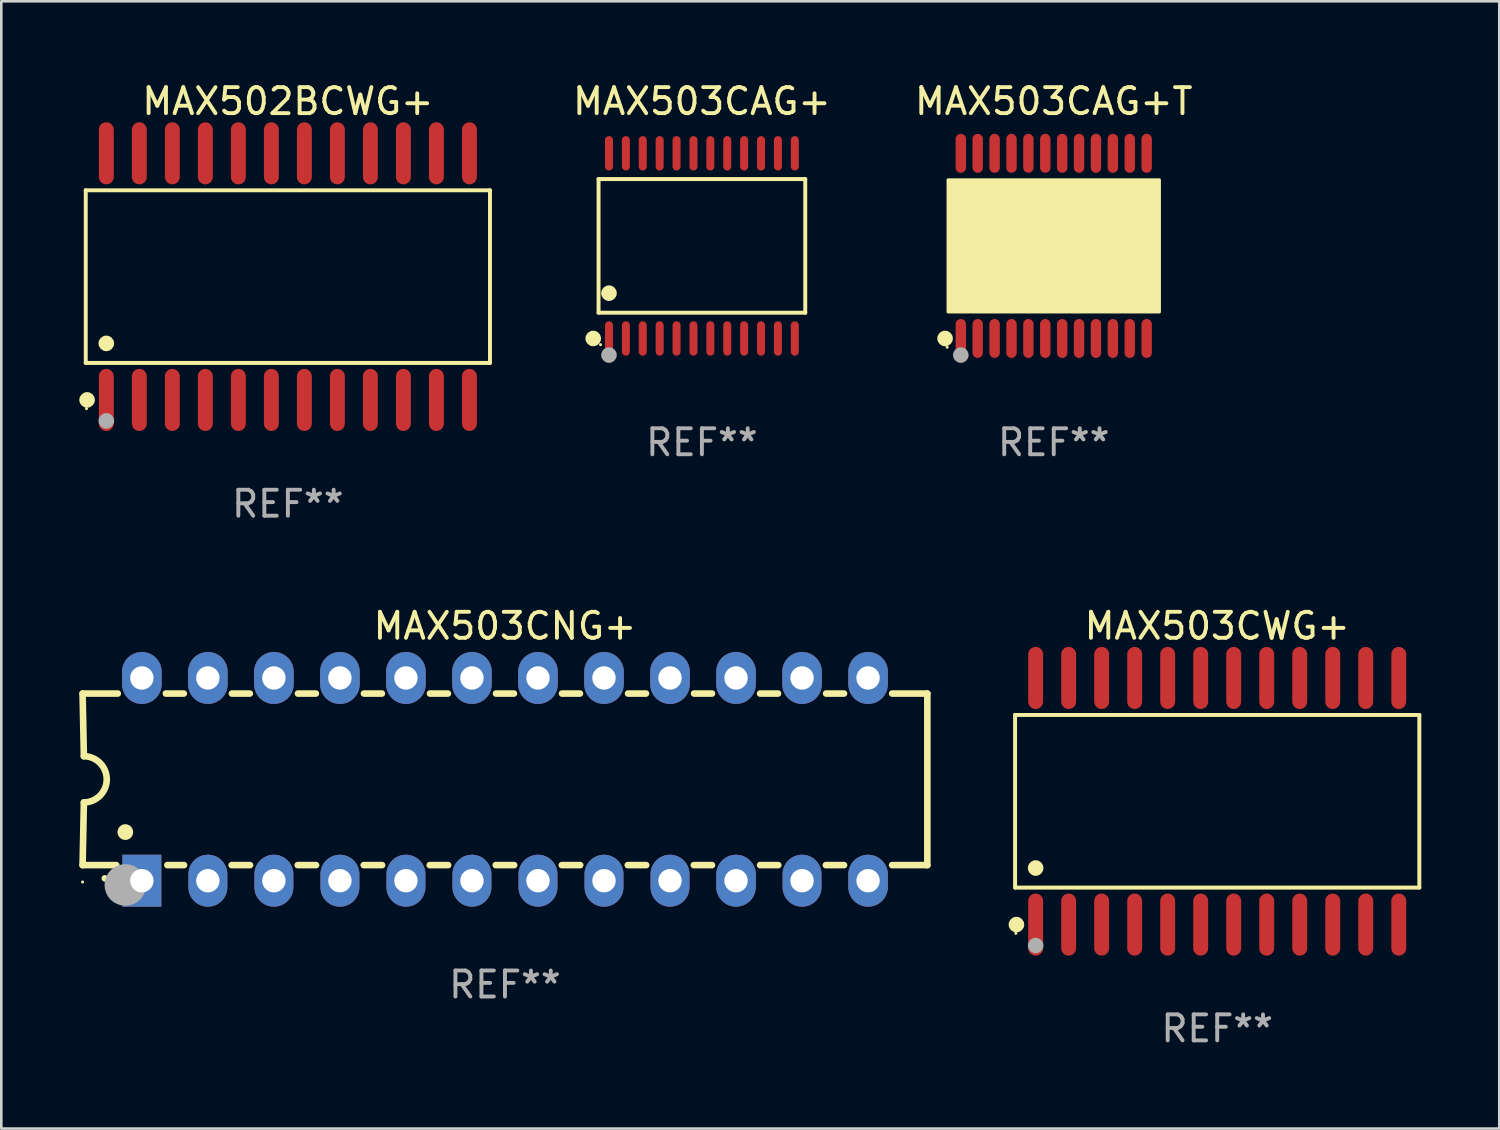
<source format=kicad_pcb>
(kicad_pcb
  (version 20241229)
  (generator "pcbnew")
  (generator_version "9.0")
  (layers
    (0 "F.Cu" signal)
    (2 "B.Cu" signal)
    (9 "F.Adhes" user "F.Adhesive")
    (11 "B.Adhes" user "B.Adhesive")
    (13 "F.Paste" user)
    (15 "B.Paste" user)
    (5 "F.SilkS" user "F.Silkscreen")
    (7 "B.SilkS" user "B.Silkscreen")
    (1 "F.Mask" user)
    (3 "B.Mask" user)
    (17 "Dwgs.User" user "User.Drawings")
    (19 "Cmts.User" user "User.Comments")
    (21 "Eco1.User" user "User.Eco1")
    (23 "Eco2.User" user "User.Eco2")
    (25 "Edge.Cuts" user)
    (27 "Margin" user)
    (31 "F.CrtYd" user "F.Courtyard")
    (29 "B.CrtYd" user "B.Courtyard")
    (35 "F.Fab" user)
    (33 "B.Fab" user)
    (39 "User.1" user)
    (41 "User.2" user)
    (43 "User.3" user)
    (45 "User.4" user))
  (footprint "MAX503CWG+"
    (layer "F.Cu")
    (at 43.779 27.777)
    (property "Reference" "MAX503CWG+" (at 0 -6.744 0) (layer "F.SilkS") (effects (font (size 1 1) (thickness 0.15))))
    (attr through_hole)
    (fp_line (start -7.776 -3.321) (end 7.776 -3.321) (stroke (width 0.152) (type solid)) (layer "F.SilkS"))
    (fp_line (start -7.776 3.321) (end -7.776 -3.321) (stroke (width 0.152) (type solid)) (layer "F.SilkS"))
    (fp_line (start 7.776 -3.321) (end 7.776 3.321) (stroke (width 0.152) (type solid)) (layer "F.SilkS"))
    (fp_line (start 7.776 3.321) (end -7.776 3.321) (stroke (width 0.152) (type solid)) (layer "F.SilkS"))
    (fp_circle (center -7.747 5.08) (end -7.717 5.08) (stroke (width 0.06) (type solid)) (fill no) (layer "F.SilkS"))
    (fp_circle (center -7.724 4.744) (end -7.574 4.744) (stroke (width 0.3) (type solid)) (fill no) (layer "F.SilkS"))
    (fp_circle (center -6.985 2.569) (end -6.835 2.569) (stroke (width 0.3) (type solid)) (fill no) (layer "F.SilkS"))
    (fp_circle (center -6.985 5.55) (end -6.835 5.55) (stroke (width 0.3) (type solid)) (fill no) (layer "F.Fab"))
    (fp_text user "REF**" (at 0 8.744 0) (layer "F.Fab") (effects (font (size 1 1) (thickness 0.15))))
    (pad "1" smd oval (at -6.985 4.744) (size 0.574 2.388) (layers "F.Cu" "F.Mask" "F.Paste"))
    (pad "2" smd oval (at -5.715 4.744) (size 0.574 2.388) (layers "F.Cu" "F.Mask" "F.Paste"))
    (pad "3" smd oval (at -4.445 4.744) (size 0.574 2.388) (layers "F.Cu" "F.Mask" "F.Paste"))
    (pad "4" smd oval (at -3.175 4.744) (size 0.574 2.388) (layers "F.Cu" "F.Mask" "F.Paste"))
    (pad "5" smd oval (at -1.905 4.744) (size 0.574 2.388) (layers "F.Cu" "F.Mask" "F.Paste"))
    (pad "6" smd oval (at -0.635 4.744) (size 0.574 2.388) (layers "F.Cu" "F.Mask" "F.Paste"))
    (pad "7" smd oval (at 0.635 4.744) (size 0.574 2.388) (layers "F.Cu" "F.Mask" "F.Paste"))
    (pad "8" smd oval (at 1.905 4.744) (size 0.574 2.388) (layers "F.Cu" "F.Mask" "F.Paste"))
    (pad "9" smd oval (at 3.175 4.744) (size 0.574 2.388) (layers "F.Cu" "F.Mask" "F.Paste"))
    (pad "10" smd oval (at 4.445 4.744) (size 0.574 2.388) (layers "F.Cu" "F.Mask" "F.Paste"))
    (pad "11" smd oval (at 5.715 4.744) (size 0.574 2.388) (layers "F.Cu" "F.Mask" "F.Paste"))
    (pad "12" smd oval (at 6.985 4.744) (size 0.574 2.388) (layers "F.Cu" "F.Mask" "F.Paste"))
    (pad "13" smd oval (at 6.985 -4.744) (size 0.574 2.388) (layers "F.Cu" "F.Mask" "F.Paste"))
    (pad "14" smd oval (at 5.715 -4.744) (size 0.574 2.388) (layers "F.Cu" "F.Mask" "F.Paste"))
    (pad "15" smd oval (at 4.445 -4.744) (size 0.574 2.388) (layers "F.Cu" "F.Mask" "F.Paste"))
    (pad "16" smd oval (at 3.175 -4.744) (size 0.574 2.388) (layers "F.Cu" "F.Mask" "F.Paste"))
    (pad "17" smd oval (at 1.905 -4.744) (size 0.574 2.388) (layers "F.Cu" "F.Mask" "F.Paste"))
    (pad "18" smd oval (at 0.635 -4.744) (size 0.574 2.388) (layers "F.Cu" "F.Mask" "F.Paste"))
    (pad "19" smd oval (at -0.635 -4.744) (size 0.574 2.388) (layers "F.Cu" "F.Mask" "F.Paste"))
    (pad "20" smd oval (at -1.905 -4.744) (size 0.574 2.388) (layers "F.Cu" "F.Mask" "F.Paste"))
    (pad "21" smd oval (at -3.175 -4.744) (size 0.574 2.388) (layers "F.Cu" "F.Mask" "F.Paste"))
    (pad "22" smd oval (at -4.445 -4.744) (size 0.574 2.388) (layers "F.Cu" "F.Mask" "F.Paste"))
    (pad "23" smd oval (at -5.715 -4.744) (size 0.574 2.388) (layers "F.Cu" "F.Mask" "F.Paste"))
    (pad "24" smd oval (at -6.985 -4.744) (size 0.574 2.388) (layers "F.Cu" "F.Mask" "F.Paste")))
  (footprint "MAX503CNG+"
    (layer "F.Cu")
    (at 16.377 26.933)
    (property "Reference" "MAX503CNG+" (at 0 -5.9 0) (layer "F.SilkS") (effects (font (size 1 1) (thickness 0.15))))
    (attr through_hole)
    (fp_line (start -16.25 -3.3) (end -16.2 -0.889) (stroke (width 0.254) (type solid)) (layer "F.SilkS"))
    (fp_line (start -16.25 -3.3) (end -14.895 -3.3) (stroke (width 0.254) (type solid)) (layer "F.SilkS"))
    (fp_line (start -16.25 3.3) (end -16.2 0.889) (stroke (width 0.254) (type solid)) (layer "F.SilkS"))
    (fp_line (start -16.25 3.3) (end -14.951 3.3) (stroke (width 0.254) (type solid)) (layer "F.SilkS"))
    (fp_line (start -13.045 -3.3) (end -12.355 -3.3) (stroke (width 0.254) (type solid)) (layer "F.SilkS"))
    (fp_line (start -12.989 3.3) (end -12.347 3.3) (stroke (width 0.254) (type solid)) (layer "F.SilkS"))
    (fp_line (start -10.514 3.3) (end -9.807 3.3) (stroke (width 0.254) (type solid)) (layer "F.SilkS"))
    (fp_line (start -10.505 -3.3) (end -9.815 -3.3) (stroke (width 0.254) (type solid)) (layer "F.SilkS"))
    (fp_line (start -7.974 3.3) (end -7.267 3.3) (stroke (width 0.254) (type solid)) (layer "F.SilkS"))
    (fp_line (start -7.965 -3.3) (end -7.275 -3.3) (stroke (width 0.254) (type solid)) (layer "F.SilkS"))
    (fp_line (start -5.434 3.3) (end -4.727 3.3) (stroke (width 0.254) (type solid)) (layer "F.SilkS"))
    (fp_line (start -5.425 -3.3) (end -4.735 -3.3) (stroke (width 0.254) (type solid)) (layer "F.SilkS"))
    (fp_line (start -2.894 3.3) (end -2.187 3.3) (stroke (width 0.254) (type solid)) (layer "F.SilkS"))
    (fp_line (start -2.885 -3.3) (end -2.195 -3.3) (stroke (width 0.254) (type solid)) (layer "F.SilkS"))
    (fp_line (start -0.354 3.3) (end 0.353 3.3) (stroke (width 0.254) (type solid)) (layer "F.SilkS"))
    (fp_line (start -0.345 -3.3) (end 0.345 -3.3) (stroke (width 0.254) (type solid)) (layer "F.SilkS"))
    (fp_line (start 2.186 3.3) (end 2.893 3.3) (stroke (width 0.254) (type solid)) (layer "F.SilkS"))
    (fp_line (start 2.195 -3.3) (end 2.885 -3.3) (stroke (width 0.254) (type solid)) (layer "F.SilkS"))
    (fp_line (start 4.726 3.3) (end 5.434 3.3) (stroke (width 0.254) (type solid)) (layer "F.SilkS"))
    (fp_line (start 4.735 -3.3) (end 5.425 -3.3) (stroke (width 0.254) (type solid)) (layer "F.SilkS"))
    (fp_line (start 7.266 3.3) (end 7.965 3.3) (stroke (width 0.254) (type solid)) (layer "F.SilkS"))
    (fp_line (start 7.275 -3.3) (end 7.965 -3.3) (stroke (width 0.254) (type solid)) (layer "F.SilkS"))
    (fp_line (start 9.815 -3.3) (end 10.505 -3.3) (stroke (width 0.254) (type solid)) (layer "F.SilkS"))
    (fp_line (start 9.815 3.3) (end 10.514 3.3) (stroke (width 0.254) (type solid)) (layer "F.SilkS"))
    (fp_line (start 12.346 3.3) (end 13.045 3.3) (stroke (width 0.254) (type solid)) (layer "F.SilkS"))
    (fp_line (start 12.355 -3.3) (end 13.045 -3.3) (stroke (width 0.254) (type solid)) (layer "F.SilkS"))
    (fp_line (start 16.25 -3.3) (end 14.895 -3.3) (stroke (width 0.254) (type solid)) (layer "F.SilkS"))
    (fp_line (start 16.25 -3.3) (end 16.25 3.3) (stroke (width 0.254) (type solid)) (layer "F.SilkS"))
    (fp_line (start 16.25 3.3) (end 14.895 3.3) (stroke (width 0.254) (type solid)) (layer "F.SilkS"))
    (fp_arc (start -16.201016 -0.890146) (mid -15.311429 -0.001055) (end -16.200025 0.889027) (stroke (width 0.254001) (type solid)) (layer "F.SilkS"))
    (fp_arc (start -15.394971 3.810033) (mid -15.394978 3.808763) (end -15.394971 3.807493) (stroke (width 0.25) (type solid)) (layer "F.SilkS"))
    (fp_arc (start -14.605029 2.032029) (mid -14.60504 2.029489) (end -14.605029 2.026949) (stroke (width 0.6) (type solid)) (layer "F.SilkS"))
    (fp_circle (center -16.25 3.95) (end -16.22 3.95) (stroke (width 0.06) (type solid)) (fill no) (layer "F.SilkS"))
    (fp_circle (center -14.605 4.064) (end -14.205 4.064) (stroke (width 0.8) (type solid)) (fill no) (layer "F.Fab"))
    (fp_text user "REF**" (at 0 7.9 0) (layer "F.Fab") (effects (font (size 1 1) (thickness 0.15))))
    (pad "1" thru_hole rect (at -13.97 3.9 90) (size 2 1.5) (drill 0.9) (layers "*.Cu" "*.Mask"))
    (pad "2" thru_hole oval (at -11.43 3.9 90) (size 2 1.5) (drill 0.9) (layers "*.Cu" "*.Mask"))
    (pad "3" thru_hole oval (at -8.89 3.9 90) (size 2 1.5) (drill 0.9) (layers "*.Cu" "*.Mask"))
    (pad "4" thru_hole oval (at -6.35 3.9 90) (size 2 1.5) (drill 0.9) (layers "*.Cu" "*.Mask"))
    (pad "5" thru_hole oval (at -3.81 3.9 90) (size 2 1.5) (drill 0.9) (layers "*.Cu" "*.Mask"))
    (pad "6" thru_hole oval (at -1.27 3.9 90) (size 2 1.5) (drill 0.9) (layers "*.Cu" "*.Mask"))
    (pad "7" thru_hole oval (at 1.27 3.9 90) (size 2 1.5) (drill 0.9) (layers "*.Cu" "*.Mask"))
    (pad "8" thru_hole oval (at 3.81 3.9 90) (size 2 1.5) (drill 0.9) (layers "*.Cu" "*.Mask"))
    (pad "9" thru_hole oval (at 6.35 3.9 90) (size 2 1.5) (drill 0.9) (layers "*.Cu" "*.Mask"))
    (pad "10" thru_hole oval (at 8.89 3.9 90) (size 2 1.524) (drill 0.9) (layers "*.Cu" "*.Mask"))
    (pad "11" thru_hole oval (at 11.43 3.9 90) (size 2 1.5) (drill 0.9) (layers "*.Cu" "*.Mask"))
    (pad "12" thru_hole oval (at 13.97 3.9 90) (size 2 1.524) (drill 0.9) (layers "*.Cu" "*.Mask"))
    (pad "13" thru_hole oval (at 13.97 -3.9 90) (size 2 1.524) (drill 0.9) (layers "*.Cu" "*.Mask"))
    (pad "14" thru_hole oval (at 11.43 -3.9 90) (size 2 1.524) (drill 0.9) (layers "*.Cu" "*.Mask"))
    (pad "15" thru_hole oval (at 8.89 -3.9 90) (size 2 1.524) (drill 0.9) (layers "*.Cu" "*.Mask"))
    (pad "16" thru_hole oval (at 6.35 -3.9 90) (size 2 1.524) (drill 0.9) (layers "*.Cu" "*.Mask"))
    (pad "17" thru_hole oval (at 3.81 -3.9 90) (size 2 1.524) (drill 0.9) (layers "*.Cu" "*.Mask"))
    (pad "18" thru_hole oval (at 1.27 -3.9 90) (size 2 1.524) (drill 0.9) (layers "*.Cu" "*.Mask"))
    (pad "19" thru_hole oval (at -1.27 -3.9 90) (size 2 1.524) (drill 0.9) (layers "*.Cu" "*.Mask"))
    (pad "20" thru_hole oval (at -3.81 -3.9 90) (size 2 1.524) (drill 0.9) (layers "*.Cu" "*.Mask"))
    (pad "21" thru_hole oval (at -6.35 -3.9 90) (size 2 1.524) (drill 0.9) (layers "*.Cu" "*.Mask"))
    (pad "22" thru_hole oval (at -8.89 -3.9 90) (size 2 1.524) (drill 0.9) (layers "*.Cu" "*.Mask"))
    (pad "23" thru_hole oval (at -11.43 -3.9 90) (size 2 1.524) (drill 0.9) (layers "*.Cu" "*.Mask"))
    (pad "24" thru_hole oval (at -13.97 -3.9 90) (size 2 1.524) (drill 0.9) (layers "*.Cu" "*.Mask")))
  (footprint "MAX502BCWG+"
    (layer "F.Cu")
    (at 8.025 7.592)
    (property "Reference" "MAX502BCWG+" (at 0 -6.744 0) (layer "F.SilkS") (effects (font (size 1 1) (thickness 0.15))))
    (attr through_hole)
    (fp_line (start -7.776 -3.321) (end 7.776 -3.321) (stroke (width 0.152) (type solid)) (layer "F.SilkS"))
    (fp_line (start -7.776 3.321) (end -7.776 -3.321) (stroke (width 0.152) (type solid)) (layer "F.SilkS"))
    (fp_line (start 7.776 -3.321) (end 7.776 3.321) (stroke (width 0.152) (type solid)) (layer "F.SilkS"))
    (fp_line (start 7.776 3.321) (end -7.776 3.321) (stroke (width 0.152) (type solid)) (layer "F.SilkS"))
    (fp_circle (center -7.747 5.08) (end -7.717 5.08) (stroke (width 0.06) (type solid)) (fill no) (layer "F.SilkS"))
    (fp_circle (center -7.724 4.744) (end -7.574 4.744) (stroke (width 0.3) (type solid)) (fill no) (layer "F.SilkS"))
    (fp_circle (center -6.985 2.569) (end -6.835 2.569) (stroke (width 0.3) (type solid)) (fill no) (layer "F.SilkS"))
    (fp_circle (center -6.985 5.55) (end -6.835 5.55) (stroke (width 0.3) (type solid)) (fill no) (layer "F.Fab"))
    (fp_text user "REF**" (at 0 8.744 0) (layer "F.Fab") (effects (font (size 1 1) (thickness 0.15))))
    (pad "1" smd oval (at -6.985 4.744) (size 0.574 2.388) (layers "F.Cu" "F.Mask" "F.Paste"))
    (pad "2" smd oval (at -5.715 4.744) (size 0.574 2.388) (layers "F.Cu" "F.Mask" "F.Paste"))
    (pad "3" smd oval (at -4.445 4.744) (size 0.574 2.388) (layers "F.Cu" "F.Mask" "F.Paste"))
    (pad "4" smd oval (at -3.175 4.744) (size 0.574 2.388) (layers "F.Cu" "F.Mask" "F.Paste"))
    (pad "5" smd oval (at -1.905 4.744) (size 0.574 2.388) (layers "F.Cu" "F.Mask" "F.Paste"))
    (pad "6" smd oval (at -0.635 4.744) (size 0.574 2.388) (layers "F.Cu" "F.Mask" "F.Paste"))
    (pad "7" smd oval (at 0.635 4.744) (size 0.574 2.388) (layers "F.Cu" "F.Mask" "F.Paste"))
    (pad "8" smd oval (at 1.905 4.744) (size 0.574 2.388) (layers "F.Cu" "F.Mask" "F.Paste"))
    (pad "9" smd oval (at 3.175 4.744) (size 0.574 2.388) (layers "F.Cu" "F.Mask" "F.Paste"))
    (pad "10" smd oval (at 4.445 4.744) (size 0.574 2.388) (layers "F.Cu" "F.Mask" "F.Paste"))
    (pad "11" smd oval (at 5.715 4.744) (size 0.574 2.388) (layers "F.Cu" "F.Mask" "F.Paste"))
    (pad "12" smd oval (at 6.985 4.744) (size 0.574 2.388) (layers "F.Cu" "F.Mask" "F.Paste"))
    (pad "13" smd oval (at 6.985 -4.744) (size 0.574 2.388) (layers "F.Cu" "F.Mask" "F.Paste"))
    (pad "14" smd oval (at 5.715 -4.744) (size 0.574 2.388) (layers "F.Cu" "F.Mask" "F.Paste"))
    (pad "15" smd oval (at 4.445 -4.744) (size 0.574 2.388) (layers "F.Cu" "F.Mask" "F.Paste"))
    (pad "16" smd oval (at 3.175 -4.744) (size 0.574 2.388) (layers "F.Cu" "F.Mask" "F.Paste"))
    (pad "17" smd oval (at 1.905 -4.744) (size 0.574 2.388) (layers "F.Cu" "F.Mask" "F.Paste"))
    (pad "18" smd oval (at 0.635 -4.744) (size 0.574 2.388) (layers "F.Cu" "F.Mask" "F.Paste"))
    (pad "19" smd oval (at -0.635 -4.744) (size 0.574 2.388) (layers "F.Cu" "F.Mask" "F.Paste"))
    (pad "20" smd oval (at -1.905 -4.744) (size 0.574 2.388) (layers "F.Cu" "F.Mask" "F.Paste"))
    (pad "21" smd oval (at -3.175 -4.744) (size 0.574 2.388) (layers "F.Cu" "F.Mask" "F.Paste"))
    (pad "22" smd oval (at -4.445 -4.744) (size 0.574 2.388) (layers "F.Cu" "F.Mask" "F.Paste"))
    (pad "23" smd oval (at -5.715 -4.744) (size 0.574 2.388) (layers "F.Cu" "F.Mask" "F.Paste"))
    (pad "24" smd oval (at -6.985 -4.744) (size 0.574 2.388) (layers "F.Cu" "F.Mask" "F.Paste")))
  (footprint "MAX503CAG+T"
    (layer "F.Cu")
    (at 37.49 6.41)
    (property "Reference" "MAX503CAG+T" (at 0 -5.562 0) (layer "F.SilkS") (effects (font (size 1 1) (thickness 0.15))))
    (attr through_hole)
    (fp_circle (center -4.181 3.562) (end -4.031 3.562) (stroke (width 0.3) (type solid)) (fill no) (layer "F.SilkS"))
    (fp_circle (center -4.1 3.9) (end -4.07 3.9) (stroke (width 0.06) (type solid)) (fill no) (layer "F.SilkS"))
    (fp_circle (center -3.575 1.819) (end -3.425 1.819) (stroke (width 0.3) (type solid)) (fill no) (layer "F.SilkS"))
    (fp_poly (pts (xy -4.064 -2.54) (xy 4.064 -2.54) (xy 4.064 2.54) (xy -4.064 2.54)) (stroke (width 0.12) (type solid)) (fill yes) (layer "F.SilkS"))
    (fp_circle (center -3.575 4.2) (end -3.425 4.2) (stroke (width 0.3) (type solid)) (fill no) (layer "F.Fab"))
    (fp_text user "REF**" (at 0 7.562 0) (layer "F.Fab") (effects (font (size 1 1) (thickness 0.15))))
    (pad "1" smd oval (at -3.575 3.562) (size 0.4 1.5) (layers "F.Cu" "F.Mask" "F.Paste"))
    (pad "2" smd oval (at -2.925 3.562) (size 0.4 1.5) (layers "F.Cu" "F.Mask" "F.Paste"))
    (pad "3" smd oval (at -2.275 3.562) (size 0.4 1.5) (layers "F.Cu" "F.Mask" "F.Paste"))
    (pad "4" smd oval (at -1.625 3.562) (size 0.4 1.5) (layers "F.Cu" "F.Mask" "F.Paste"))
    (pad "5" smd oval (at -0.975 3.562) (size 0.4 1.5) (layers "F.Cu" "F.Mask" "F.Paste"))
    (pad "6" smd oval (at -0.325 3.562) (size 0.4 1.5) (layers "F.Cu" "F.Mask" "F.Paste"))
    (pad "7" smd oval (at 0.325 3.562) (size 0.4 1.5) (layers "F.Cu" "F.Mask" "F.Paste"))
    (pad "8" smd oval (at 0.975 3.562) (size 0.4 1.5) (layers "F.Cu" "F.Mask" "F.Paste"))
    (pad "9" smd oval (at 1.625 3.562) (size 0.4 1.5) (layers "F.Cu" "F.Mask" "F.Paste"))
    (pad "10" smd oval (at 2.275 3.562) (size 0.4 1.5) (layers "F.Cu" "F.Mask" "F.Paste"))
    (pad "11" smd oval (at 2.925 3.562) (size 0.4 1.5) (layers "F.Cu" "F.Mask" "F.Paste"))
    (pad "12" smd oval (at 3.575 3.562) (size 0.4 1.5) (layers "F.Cu" "F.Mask" "F.Paste"))
    (pad "13" smd oval (at 3.575 -3.562) (size 0.4 1.5) (layers "F.Cu" "F.Mask" "F.Paste"))
    (pad "14" smd oval (at 2.925 -3.562) (size 0.4 1.5) (layers "F.Cu" "F.Mask" "F.Paste"))
    (pad "15" smd oval (at 2.275 -3.562) (size 0.4 1.5) (layers "F.Cu" "F.Mask" "F.Paste"))
    (pad "16" smd oval (at 1.625 -3.562) (size 0.4 1.5) (layers "F.Cu" "F.Mask" "F.Paste"))
    (pad "17" smd oval (at 0.975 -3.562) (size 0.4 1.5) (layers "F.Cu" "F.Mask" "F.Paste"))
    (pad "18" smd oval (at 0.325 -3.562) (size 0.4 1.5) (layers "F.Cu" "F.Mask" "F.Paste"))
    (pad "19" smd oval (at -0.325 -3.562) (size 0.4 1.5) (layers "F.Cu" "F.Mask" "F.Paste"))
    (pad "20" smd oval (at -0.975 -3.562) (size 0.4 1.5) (layers "F.Cu" "F.Mask" "F.Paste"))
    (pad "21" smd oval (at -1.625 -3.562) (size 0.4 1.5) (layers "F.Cu" "F.Mask" "F.Paste"))
    (pad "22" smd oval (at -2.275 -3.562) (size 0.4 1.5) (layers "F.Cu" "F.Mask" "F.Paste"))
    (pad "23" smd oval (at -2.925 -3.562) (size 0.4 1.5) (layers "F.Cu" "F.Mask" "F.Paste"))
    (pad "24" smd oval (at -3.575 -3.562) (size 0.4 1.5) (layers "F.Cu" "F.Mask" "F.Paste")))
  (footprint "MAX503CAG+"
    (layer "F.Cu")
    (at 23.954 6.41)
    (property "Reference" "MAX503CAG+" (at 0 -5.562 0) (layer "F.SilkS") (effects (font (size 1 1) (thickness 0.15))))
    (attr through_hole)
    (fp_line (start -3.976 -2.571) (end 3.976 -2.571) (stroke (width 0.152) (type solid)) (layer "F.SilkS"))
    (fp_line (start -3.976 2.571) (end -3.976 -2.571) (stroke (width 0.152) (type solid)) (layer "F.SilkS"))
    (fp_line (start 3.976 -2.571) (end 3.976 2.571) (stroke (width 0.152) (type solid)) (layer "F.SilkS"))
    (fp_line (start 3.976 2.571) (end -3.976 2.571) (stroke (width 0.152) (type solid)) (layer "F.SilkS"))
    (fp_circle (center -4.181 3.562) (end -4.031 3.562) (stroke (width 0.3) (type solid)) (fill no) (layer "F.SilkS"))
    (fp_circle (center -3.9 3.8) (end -3.87 3.8) (stroke (width 0.06) (type solid)) (fill no) (layer "F.SilkS"))
    (fp_circle (center -3.575 1.819) (end -3.425 1.819) (stroke (width 0.3) (type solid)) (fill no) (layer "F.SilkS"))
    (fp_circle (center -3.575 4.2) (end -3.425 4.2) (stroke (width 0.3) (type solid)) (fill no) (layer "F.Fab"))
    (fp_text user "REF**" (at 0 7.562 0) (layer "F.Fab") (effects (font (size 1 1) (thickness 0.15))))
    (pad "1" smd oval (at -3.575 3.562) (size 0.308 1.324) (layers "F.Cu" "F.Mask" "F.Paste"))
    (pad "2" smd oval (at -2.925 3.562) (size 0.308 1.324) (layers "F.Cu" "F.Mask" "F.Paste"))
    (pad "3" smd oval (at -2.275 3.562) (size 0.308 1.324) (layers "F.Cu" "F.Mask" "F.Paste"))
    (pad "4" smd oval (at -1.625 3.562) (size 0.308 1.324) (layers "F.Cu" "F.Mask" "F.Paste"))
    (pad "5" smd oval (at -0.975 3.562) (size 0.308 1.324) (layers "F.Cu" "F.Mask" "F.Paste"))
    (pad "6" smd oval (at -0.325 3.562) (size 0.308 1.324) (layers "F.Cu" "F.Mask" "F.Paste"))
    (pad "7" smd oval (at 0.325 3.562) (size 0.308 1.324) (layers "F.Cu" "F.Mask" "F.Paste"))
    (pad "8" smd oval (at 0.975 3.562) (size 0.308 1.324) (layers "F.Cu" "F.Mask" "F.Paste"))
    (pad "9" smd oval (at 1.625 3.562) (size 0.308 1.324) (layers "F.Cu" "F.Mask" "F.Paste"))
    (pad "10" smd oval (at 2.275 3.562) (size 0.308 1.324) (layers "F.Cu" "F.Mask" "F.Paste"))
    (pad "11" smd oval (at 2.925 3.562) (size 0.308 1.324) (layers "F.Cu" "F.Mask" "F.Paste"))
    (pad "12" smd oval (at 3.575 3.562) (size 0.308 1.324) (layers "F.Cu" "F.Mask" "F.Paste"))
    (pad "13" smd oval (at 3.575 -3.562) (size 0.308 1.324) (layers "F.Cu" "F.Mask" "F.Paste"))
    (pad "14" smd oval (at 2.925 -3.562) (size 0.308 1.324) (layers "F.Cu" "F.Mask" "F.Paste"))
    (pad "15" smd oval (at 2.275 -3.562) (size 0.308 1.324) (layers "F.Cu" "F.Mask" "F.Paste"))
    (pad "16" smd oval (at 1.625 -3.562) (size 0.308 1.324) (layers "F.Cu" "F.Mask" "F.Paste"))
    (pad "17" smd oval (at 0.975 -3.562) (size 0.308 1.324) (layers "F.Cu" "F.Mask" "F.Paste"))
    (pad "18" smd oval (at 0.325 -3.562) (size 0.308 1.324) (layers "F.Cu" "F.Mask" "F.Paste"))
    (pad "19" smd oval (at -0.325 -3.562) (size 0.308 1.324) (layers "F.Cu" "F.Mask" "F.Paste"))
    (pad "20" smd oval (at -0.975 -3.562) (size 0.308 1.324) (layers "F.Cu" "F.Mask" "F.Paste"))
    (pad "21" smd oval (at -1.625 -3.562) (size 0.308 1.324) (layers "F.Cu" "F.Mask" "F.Paste"))
    (pad "22" smd oval (at -2.275 -3.562) (size 0.308 1.324) (layers "F.Cu" "F.Mask" "F.Paste"))
    (pad "23" smd oval (at -2.925 -3.562) (size 0.308 1.324) (layers "F.Cu" "F.Mask" "F.Paste"))
    (pad "24" smd oval (at -3.575 -3.562) (size 0.308 1.324) (layers "F.Cu" "F.Mask" "F.Paste")))
  (gr_rect
    (start -3 -3)
    (end 54.631 40.369)
    (stroke (width 0.1) (type default))
    (fill no)
    (layer "Edge.Cuts")))
</source>
